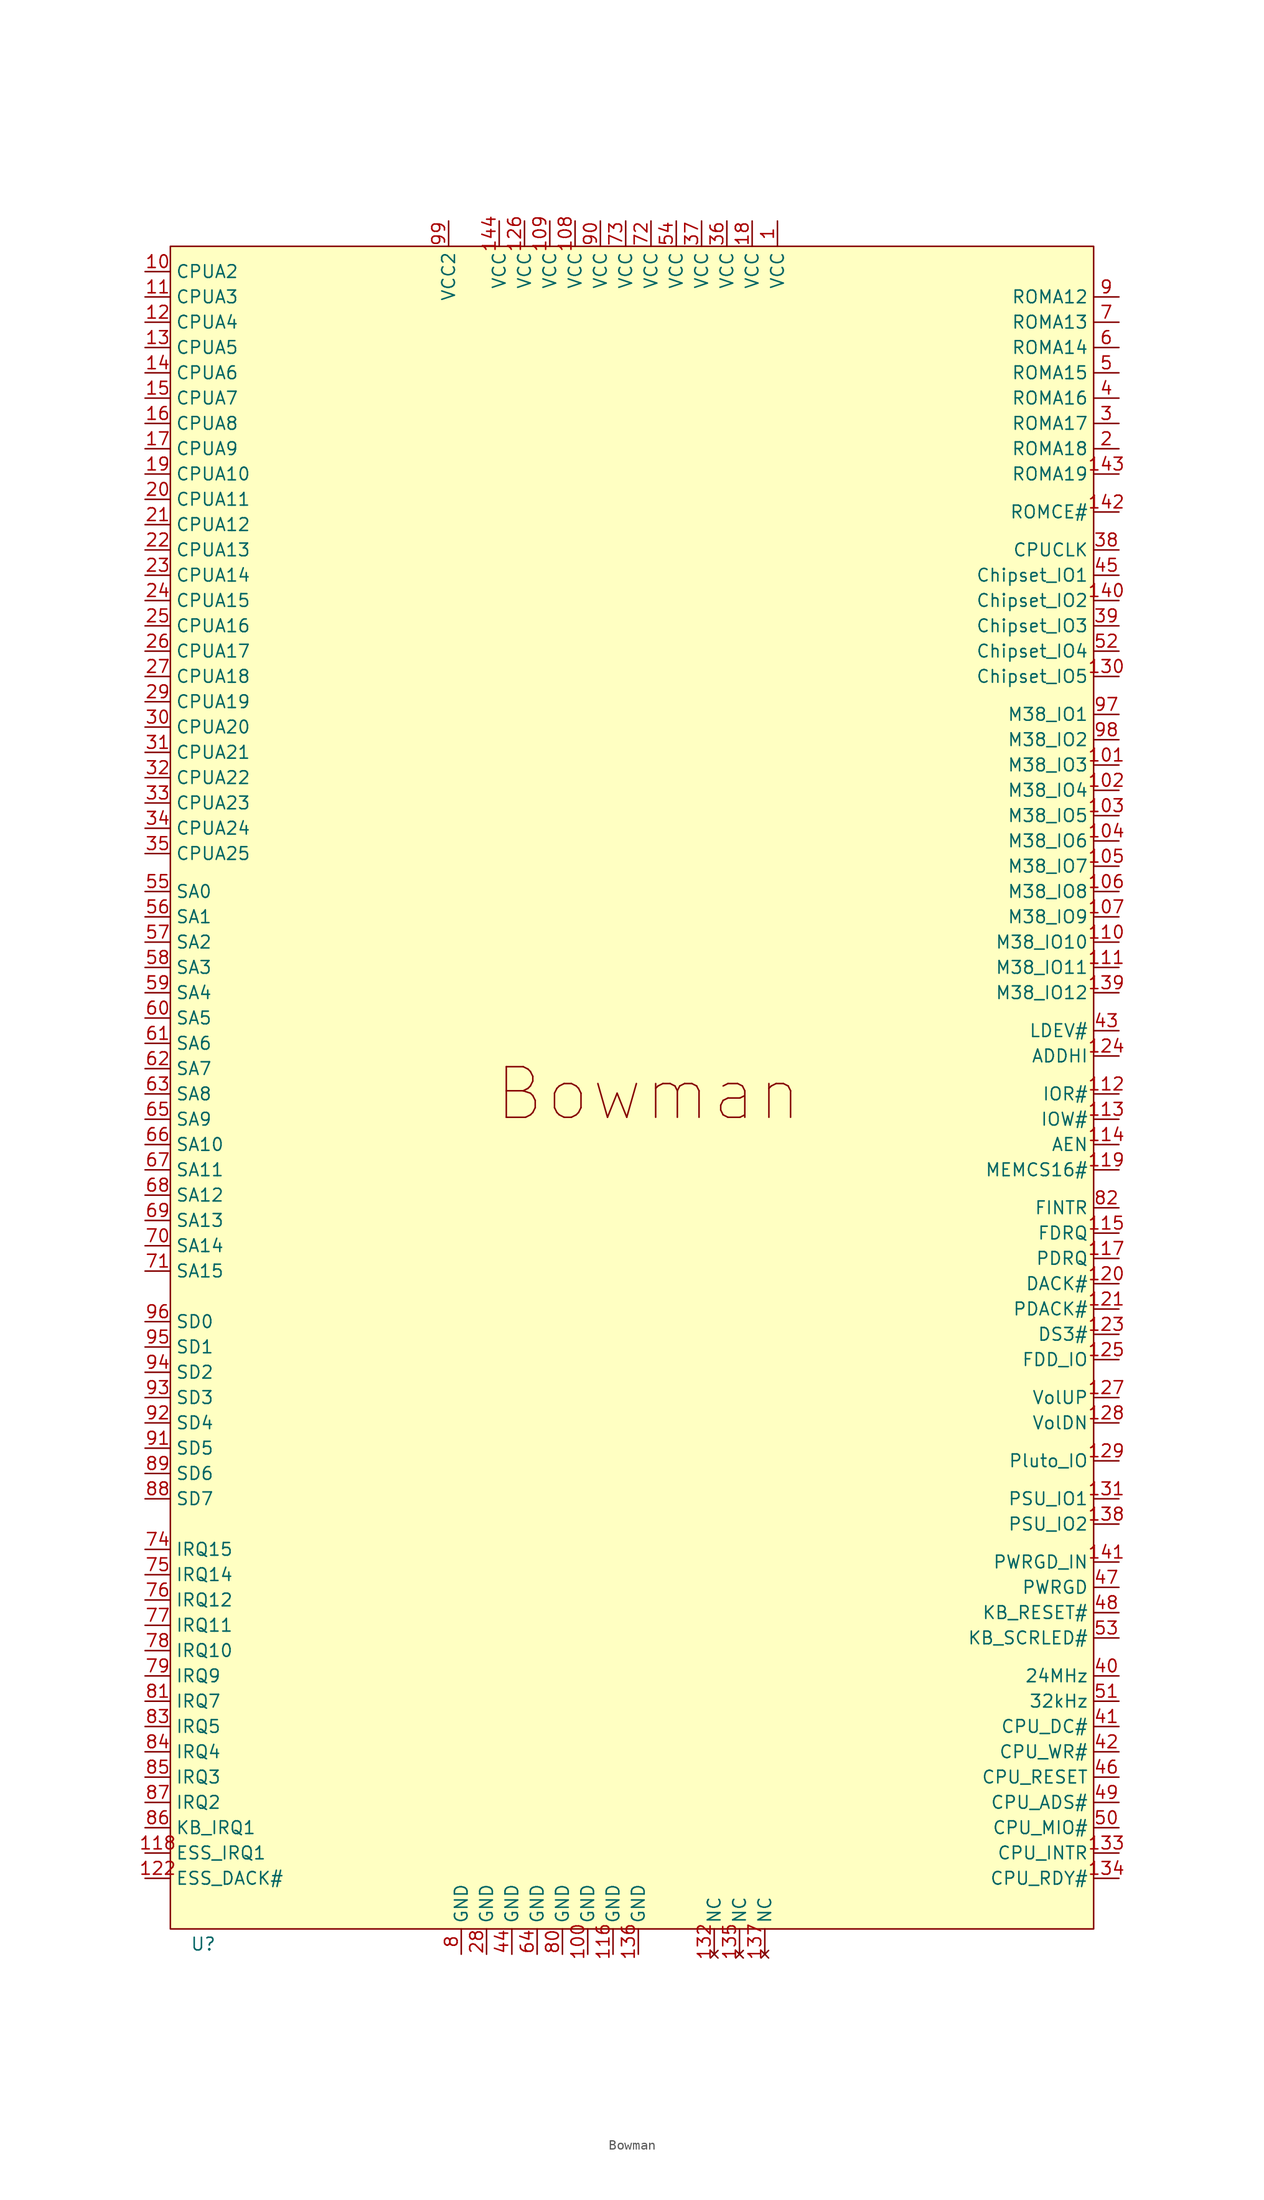
<source format=kicad_sym>
(kicad_symbol_lib
  (version 20241209)
  (generator "kicad_symbol_editor")
  (generator_version "9.0")
  (symbol "Bowman"
    (property "Reference" "U"
      (at -42.418 -84.074 0)
      (effects (font (size 1.27 1.27))))
    (property "Value" ""
      (at 0 0 0)
      (effects (font (size 1.27 1.27))))
    (symbol "Bowman_1_1"
      (rectangle (start -45.72 86.36) (end 46.99 -82.55) (stroke (width 0) (type solid)) (fill (type color) (color 255 255 194 1)))
      (text "Bowman" (at 2.286 1.27 0) (effects (font (size 5.08 5.08))))
      (pin input line (at -48.26 83.82 0) (length 2.54) (name "CPUA2" (effects (font (size 1.27 1.27)))) (number "10" (effects (font (size 1.27 1.27)))))
      (pin input line (at -48.26 81.28 0) (length 2.54) (name "CPUA3" (effects (font (size 1.27 1.27)))) (number "11" (effects (font (size 1.27 1.27)))))
      (pin input line (at -48.26 78.74 0) (length 2.54) (name "CPUA4" (effects (font (size 1.27 1.27)))) (number "12" (effects (font (size 1.27 1.27)))))
      (pin input line (at -48.26 76.2 0) (length 2.54) (name "CPUA5" (effects (font (size 1.27 1.27)))) (number "13" (effects (font (size 1.27 1.27)))))
      (pin input line (at -48.26 73.66 0) (length 2.54) (name "CPUA6" (effects (font (size 1.27 1.27)))) (number "14" (effects (font (size 1.27 1.27)))))
      (pin input line (at -48.26 71.12 0) (length 2.54) (name "CPUA7" (effects (font (size 1.27 1.27)))) (number "15" (effects (font (size 1.27 1.27)))))
      (pin input line (at -48.26 68.58 0) (length 2.54) (name "CPUA8" (effects (font (size 1.27 1.27)))) (number "16" (effects (font (size 1.27 1.27)))))
      (pin input line (at -48.26 66.04 0) (length 2.54) (name "CPUA9" (effects (font (size 1.27 1.27)))) (number "17" (effects (font (size 1.27 1.27)))))
      (pin input line (at -48.26 63.5 0) (length 2.54) (name "CPUA10" (effects (font (size 1.27 1.27)))) (number "19" (effects (font (size 1.27 1.27)))))
      (pin input line (at -48.26 60.96 0) (length 2.54) (name "CPUA11" (effects (font (size 1.27 1.27)))) (number "20" (effects (font (size 1.27 1.27)))))
      (pin input line (at -48.26 58.42 0) (length 2.54) (name "CPUA12" (effects (font (size 1.27 1.27)))) (number "21" (effects (font (size 1.27 1.27)))))
      (pin input line (at -48.26 55.88 0) (length 2.54) (name "CPUA13" (effects (font (size 1.27 1.27)))) (number "22" (effects (font (size 1.27 1.27)))))
      (pin input line (at -48.26 53.34 0) (length 2.54) (name "CPUA14" (effects (font (size 1.27 1.27)))) (number "23" (effects (font (size 1.27 1.27)))))
      (pin input line (at -48.26 50.8 0) (length 2.54) (name "CPUA15" (effects (font (size 1.27 1.27)))) (number "24" (effects (font (size 1.27 1.27)))))
      (pin input line (at -48.26 48.26 0) (length 2.54) (name "CPUA16" (effects (font (size 1.27 1.27)))) (number "25" (effects (font (size 1.27 1.27)))))
      (pin input line (at -48.26 45.72 0) (length 2.54) (name "CPUA17" (effects (font (size 1.27 1.27)))) (number "26" (effects (font (size 1.27 1.27)))))
      (pin input line (at -48.26 43.18 0) (length 2.54) (name "CPUA18" (effects (font (size 1.27 1.27)))) (number "27" (effects (font (size 1.27 1.27)))))
      (pin input line (at -48.26 40.64 0) (length 2.54) (name "CPUA19" (effects (font (size 1.27 1.27)))) (number "29" (effects (font (size 1.27 1.27)))))
      (pin input line (at -48.26 38.1 0) (length 2.54) (name "CPUA20" (effects (font (size 1.27 1.27)))) (number "30" (effects (font (size 1.27 1.27)))))
      (pin input line (at -48.26 35.56 0) (length 2.54) (name "CPUA21" (effects (font (size 1.27 1.27)))) (number "31" (effects (font (size 1.27 1.27)))))
      (pin input line (at -48.26 33.02 0) (length 2.54) (name "CPUA22" (effects (font (size 1.27 1.27)))) (number "32" (effects (font (size 1.27 1.27)))))
      (pin input line (at -48.26 30.48 0) (length 2.54) (name "CPUA23" (effects (font (size 1.27 1.27)))) (number "33" (effects (font (size 1.27 1.27)))))
      (pin input line (at -48.26 27.94 0) (length 2.54) (name "CPUA24" (effects (font (size 1.27 1.27)))) (number "34" (effects (font (size 1.27 1.27)))))
      (pin input line (at -48.26 25.4 0) (length 2.54) (name "CPUA25" (effects (font (size 1.27 1.27)))) (number "35" (effects (font (size 1.27 1.27)))))
      (pin bidirectional line (at -48.26 21.59 0) (length 2.54) (name "SA0" (effects (font (size 1.27 1.27)))) (number "55" (effects (font (size 1.27 1.27)))))
      (pin bidirectional line (at -48.26 19.05 0) (length 2.54) (name "SA1" (effects (font (size 1.27 1.27)))) (number "56" (effects (font (size 1.27 1.27)))))
      (pin bidirectional line (at -48.26 16.51 0) (length 2.54) (name "SA2" (effects (font (size 1.27 1.27)))) (number "57" (effects (font (size 1.27 1.27)))))
      (pin bidirectional line (at -48.26 13.97 0) (length 2.54) (name "SA3" (effects (font (size 1.27 1.27)))) (number "58" (effects (font (size 1.27 1.27)))))
      (pin bidirectional line (at -48.26 11.43 0) (length 2.54) (name "SA4" (effects (font (size 1.27 1.27)))) (number "59" (effects (font (size 1.27 1.27)))))
      (pin bidirectional line (at -48.26 8.89 0) (length 2.54) (name "SA5" (effects (font (size 1.27 1.27)))) (number "60" (effects (font (size 1.27 1.27)))))
      (pin bidirectional line (at -48.26 6.35 0) (length 2.54) (name "SA6" (effects (font (size 1.27 1.27)))) (number "61" (effects (font (size 1.27 1.27)))))
      (pin bidirectional line (at -48.26 3.81 0) (length 2.54) (name "SA7" (effects (font (size 1.27 1.27)))) (number "62" (effects (font (size 1.27 1.27)))))
      (pin bidirectional line (at -48.26 1.27 0) (length 2.54) (name "SA8" (effects (font (size 1.27 1.27)))) (number "63" (effects (font (size 1.27 1.27)))))
      (pin bidirectional line (at -48.26 -1.27 0) (length 2.54) (name "SA9" (effects (font (size 1.27 1.27)))) (number "65" (effects (font (size 1.27 1.27)))))
      (pin bidirectional line (at -48.26 -3.81 0) (length 2.54) (name "SA10" (effects (font (size 1.27 1.27)))) (number "66" (effects (font (size 1.27 1.27)))))
      (pin bidirectional line (at -48.26 -6.35 0) (length 2.54) (name "SA11" (effects (font (size 1.27 1.27)))) (number "67" (effects (font (size 1.27 1.27)))))
      (pin bidirectional line (at -48.26 -8.89 0) (length 2.54) (name "SA12" (effects (font (size 1.27 1.27)))) (number "68" (effects (font (size 1.27 1.27)))))
      (pin bidirectional line (at -48.26 -11.43 0) (length 2.54) (name "SA13" (effects (font (size 1.27 1.27)))) (number "69" (effects (font (size 1.27 1.27)))))
      (pin bidirectional line (at -48.26 -13.97 0) (length 2.54) (name "SA14" (effects (font (size 1.27 1.27)))) (number "70" (effects (font (size 1.27 1.27)))))
      (pin bidirectional line (at -48.26 -16.51 0) (length 2.54) (name "SA15" (effects (font (size 1.27 1.27)))) (number "71" (effects (font (size 1.27 1.27)))))
      (pin bidirectional line (at -48.26 -21.59 0) (length 2.54) (name "SD0" (effects (font (size 1.27 1.27)))) (number "96" (effects (font (size 1.27 1.27)))))
      (pin bidirectional line (at -48.26 -24.13 0) (length 2.54) (name "SD1" (effects (font (size 1.27 1.27)))) (number "95" (effects (font (size 1.27 1.27)))))
      (pin bidirectional line (at -48.26 -26.67 0) (length 2.54) (name "SD2" (effects (font (size 1.27 1.27)))) (number "94" (effects (font (size 1.27 1.27)))))
      (pin bidirectional line (at -48.26 -29.21 0) (length 2.54) (name "SD3" (effects (font (size 1.27 1.27)))) (number "93" (effects (font (size 1.27 1.27)))))
      (pin bidirectional line (at -48.26 -31.75 0) (length 2.54) (name "SD4" (effects (font (size 1.27 1.27)))) (number "92" (effects (font (size 1.27 1.27)))))
      (pin bidirectional line (at -48.26 -34.29 0) (length 2.54) (name "SD5" (effects (font (size 1.27 1.27)))) (number "91" (effects (font (size 1.27 1.27)))))
      (pin bidirectional line (at -48.26 -36.83 0) (length 2.54) (name "SD6" (effects (font (size 1.27 1.27)))) (number "89" (effects (font (size 1.27 1.27)))))
      (pin bidirectional line (at -48.26 -39.37 0) (length 2.54) (name "SD7" (effects (font (size 1.27 1.27)))) (number "88" (effects (font (size 1.27 1.27)))))
      (pin input line (at -48.26 -44.45 0) (length 2.54) (name "IRQ15" (effects (font (size 1.27 1.27)))) (number "74" (effects (font (size 1.27 1.27)))))
      (pin input line (at -48.26 -46.99 0) (length 2.54) (name "IRQ14" (effects (font (size 1.27 1.27)))) (number "75" (effects (font (size 1.27 1.27)))))
      (pin input line (at -48.26 -49.53 0) (length 2.54) (name "IRQ12" (effects (font (size 1.27 1.27)))) (number "76" (effects (font (size 1.27 1.27)))))
      (pin input line (at -48.26 -52.07 0) (length 2.54) (name "IRQ11" (effects (font (size 1.27 1.27)))) (number "77" (effects (font (size 1.27 1.27)))))
      (pin input line (at -48.26 -54.61 0) (length 2.54) (name "IRQ10" (effects (font (size 1.27 1.27)))) (number "78" (effects (font (size 1.27 1.27)))))
      (pin input line (at -48.26 -57.15 0) (length 2.54) (name "IRQ9" (effects (font (size 1.27 1.27)))) (number "79" (effects (font (size 1.27 1.27)))))
      (pin input line (at -48.26 -59.69 0) (length 2.54) (name "IRQ7" (effects (font (size 1.27 1.27)))) (number "81" (effects (font (size 1.27 1.27)))))
      (pin input line (at -48.26 -62.23 0) (length 2.54) (name "IRQ5" (effects (font (size 1.27 1.27)))) (number "83" (effects (font (size 1.27 1.27)))))
      (pin input line (at -48.26 -64.77 0) (length 2.54) (name "IRQ4" (effects (font (size 1.27 1.27)))) (number "84" (effects (font (size 1.27 1.27)))))
      (pin input line (at -48.26 -67.31 0) (length 2.54) (name "IRQ3" (effects (font (size 1.27 1.27)))) (number "85" (effects (font (size 1.27 1.27)))))
      (pin input line (at -48.26 -69.85 0) (length 2.54) (name "IRQ2" (effects (font (size 1.27 1.27)))) (number "87" (effects (font (size 1.27 1.27)))))
      (pin input line (at -48.26 -72.39 0) (length 2.54) (name "KB_IRQ1" (effects (font (size 1.27 1.27)))) (number "86" (effects (font (size 1.27 1.27)))))
      (pin input line (at -48.26 -74.93 0) (length 2.54) (name "ESS_IRQ1" (effects (font (size 1.27 1.27)))) (number "118" (effects (font (size 1.27 1.27)))))
      (pin output line (at -48.26 -77.47 0) (length 2.54) (name "ESS_DACK#" (effects (font (size 1.27 1.27)))) (number "122" (effects (font (size 1.27 1.27)))))
      (pin power_in line (at -17.78 88.9 270) (length 2.54) (name "VCC2" (effects (font (size 1.27 1.27)))) (number "99" (effects (font (size 1.27 1.27)))))
      (pin power_in line (at -16.51 -85.09 90) (length 2.54) (name "GND" (effects (font (size 1.27 1.27)))) (number "8" (effects (font (size 1.27 1.27)))))
      (pin power_in line (at -13.97 -85.09 90) (length 2.54) (name "GND" (effects (font (size 1.27 1.27)))) (number "28" (effects (font (size 1.27 1.27)))))
      (pin power_in line (at -12.7 88.9 270) (length 2.54) (name "VCC" (effects (font (size 1.27 1.27)))) (number "144" (effects (font (size 1.27 1.27)))))
      (pin power_in line (at -11.43 -85.09 90) (length 2.54) (name "GND" (effects (font (size 1.27 1.27)))) (number "44" (effects (font (size 1.27 1.27)))))
      (pin power_in line (at -10.16 88.9 270) (length 2.54) (name "VCC" (effects (font (size 1.27 1.27)))) (number "126" (effects (font (size 1.27 1.27)))))
      (pin power_in line (at -8.89 -85.09 90) (length 2.54) (name "GND" (effects (font (size 1.27 1.27)))) (number "64" (effects (font (size 1.27 1.27)))))
      (pin power_in line (at -7.62 88.9 270) (length 2.54) (name "VCC" (effects (font (size 1.27 1.27)))) (number "109" (effects (font (size 1.27 1.27)))))
      (pin power_in line (at -6.35 -85.09 90) (length 2.54) (name "GND" (effects (font (size 1.27 1.27)))) (number "80" (effects (font (size 1.27 1.27)))))
      (pin power_in line (at -5.08 88.9 270) (length 2.54) (name "VCC" (effects (font (size 1.27 1.27)))) (number "108" (effects (font (size 1.27 1.27)))))
      (pin power_in line (at -3.81 -85.09 90) (length 2.54) (name "GND" (effects (font (size 1.27 1.27)))) (number "100" (effects (font (size 1.27 1.27)))))
      (pin power_in line (at -2.54 88.9 270) (length 2.54) (name "VCC" (effects (font (size 1.27 1.27)))) (number "90" (effects (font (size 1.27 1.27)))))
      (pin power_in line (at -1.27 -85.09 90) (length 2.54) (name "GND" (effects (font (size 1.27 1.27)))) (number "116" (effects (font (size 1.27 1.27)))))
      (pin power_in line (at 0 88.9 270) (length 2.54) (name "VCC" (effects (font (size 1.27 1.27)))) (number "73" (effects (font (size 1.27 1.27)))))
      (pin power_in line (at 1.27 -85.09 90) (length 2.54) (name "GND" (effects (font (size 1.27 1.27)))) (number "136" (effects (font (size 1.27 1.27)))))
      (pin power_in line (at 2.54 88.9 270) (length 2.54) (name "VCC" (effects (font (size 1.27 1.27)))) (number "72" (effects (font (size 1.27 1.27)))))
      (pin power_in line (at 5.08 88.9 270) (length 2.54) (name "VCC" (effects (font (size 1.27 1.27)))) (number "54" (effects (font (size 1.27 1.27)))))
      (pin power_in line (at 7.62 88.9 270) (length 2.54) (name "VCC" (effects (font (size 1.27 1.27)))) (number "37" (effects (font (size 1.27 1.27)))))
      (pin no_connect line (at 8.89 -85.09 90) (length 2.54) (name "NC" (effects (font (size 1.27 1.27)))) (number "132" (effects (font (size 1.27 1.27)))))
      (pin power_in line (at 10.16 88.9 270) (length 2.54) (name "VCC" (effects (font (size 1.27 1.27)))) (number "36" (effects (font (size 1.27 1.27)))))
      (pin no_connect line (at 11.43 -85.09 90) (length 2.54) (name "NC" (effects (font (size 1.27 1.27)))) (number "135" (effects (font (size 1.27 1.27)))))
      (pin power_in line (at 12.7 88.9 270) (length 2.54) (name "VCC" (effects (font (size 1.27 1.27)))) (number "18" (effects (font (size 1.27 1.27)))))
      (pin no_connect line (at 13.97 -85.09 90) (length 2.54) (name "NC" (effects (font (size 1.27 1.27)))) (number "137" (effects (font (size 1.27 1.27)))))
      (pin power_in line (at 15.24 88.9 270) (length 2.54) (name "VCC" (effects (font (size 1.27 1.27)))) (number "1" (effects (font (size 1.27 1.27)))))
      (pin output line (at 49.53 81.28 180) (length 2.54) (name "ROMA12" (effects (font (size 1.27 1.27)))) (number "9" (effects (font (size 1.27 1.27)))))
      (pin output line (at 49.53 78.74 180) (length 2.54) (name "ROMA13" (effects (font (size 1.27 1.27)))) (number "7" (effects (font (size 1.27 1.27)))))
      (pin output line (at 49.53 76.2 180) (length 2.54) (name "ROMA14" (effects (font (size 1.27 1.27)))) (number "6" (effects (font (size 1.27 1.27)))))
      (pin output line (at 49.53 73.66 180) (length 2.54) (name "ROMA15" (effects (font (size 1.27 1.27)))) (number "5" (effects (font (size 1.27 1.27)))))
      (pin output line (at 49.53 71.12 180) (length 2.54) (name "ROMA16" (effects (font (size 1.27 1.27)))) (number "4" (effects (font (size 1.27 1.27)))))
      (pin output line (at 49.53 68.58 180) (length 2.54) (name "ROMA17" (effects (font (size 1.27 1.27)))) (number "3" (effects (font (size 1.27 1.27)))))
      (pin output line (at 49.53 66.04 180) (length 2.54) (name "ROMA18" (effects (font (size 1.27 1.27)))) (number "2" (effects (font (size 1.27 1.27)))))
      (pin output line (at 49.53 63.5 180) (length 2.54) (name "ROMA19" (effects (font (size 1.27 1.27)))) (number "143" (effects (font (size 1.27 1.27)))))
      (pin output line (at 49.53 59.69 180) (length 2.54) (name "ROMCE#" (effects (font (size 1.27 1.27)))) (number "142" (effects (font (size 1.27 1.27)))))
      (pin input line (at 49.53 55.88 180) (length 2.54) (name "CPUCLK" (effects (font (size 1.27 1.27)))) (number "38" (effects (font (size 1.27 1.27)))))
      (pin bidirectional line (at 49.53 53.34 180) (length 2.54) (name "Chipset_IO1" (effects (font (size 1.27 1.27)))) (number "45" (effects (font (size 1.27 1.27)))))
      (pin bidirectional line (at 49.53 50.8 180) (length 2.54) (name "Chipset_IO2" (effects (font (size 1.27 1.27)))) (number "140" (effects (font (size 1.27 1.27)))))
      (pin bidirectional line (at 49.53 48.26 180) (length 2.54) (name "Chipset_IO3" (effects (font (size 1.27 1.27)))) (number "39" (effects (font (size 1.27 1.27)))))
      (pin bidirectional line (at 49.53 45.72 180) (length 2.54) (name "Chipset_IO4" (effects (font (size 1.27 1.27)))) (number "52" (effects (font (size 1.27 1.27)))))
      (pin bidirectional line (at 49.53 43.18 180) (length 2.54) (name "Chipset_IO5" (effects (font (size 1.27 1.27)))) (number "130" (effects (font (size 1.27 1.27)))))
      (pin bidirectional line (at 49.53 39.37 180) (length 2.54) (name "M38_IO1" (effects (font (size 1.27 1.27)))) (number "97" (effects (font (size 1.27 1.27)))))
      (pin bidirectional line (at 49.53 36.83 180) (length 2.54) (name "M38_IO2" (effects (font (size 1.27 1.27)))) (number "98" (effects (font (size 1.27 1.27)))))
      (pin bidirectional line (at 49.53 34.29 180) (length 2.54) (name "M38_IO3" (effects (font (size 1.27 1.27)))) (number "101" (effects (font (size 1.27 1.27)))))
      (pin bidirectional line (at 49.53 31.75 180) (length 2.54) (name "M38_IO4" (effects (font (size 1.27 1.27)))) (number "102" (effects (font (size 1.27 1.27)))))
      (pin bidirectional line (at 49.53 29.21 180) (length 2.54) (name "M38_IO5" (effects (font (size 1.27 1.27)))) (number "103" (effects (font (size 1.27 1.27)))))
      (pin bidirectional line (at 49.53 26.67 180) (length 2.54) (name "M38_IO6" (effects (font (size 1.27 1.27)))) (number "104" (effects (font (size 1.27 1.27)))))
      (pin bidirectional line (at 49.53 24.13 180) (length 2.54) (name "M38_IO7" (effects (font (size 1.27 1.27)))) (number "105" (effects (font (size 1.27 1.27)))))
      (pin bidirectional line (at 49.53 21.59 180) (length 2.54) (name "M38_IO8" (effects (font (size 1.27 1.27)))) (number "106" (effects (font (size 1.27 1.27)))))
      (pin bidirectional line (at 49.53 19.05 180) (length 2.54) (name "M38_IO9" (effects (font (size 1.27 1.27)))) (number "107" (effects (font (size 1.27 1.27)))))
      (pin bidirectional line (at 49.53 16.51 180) (length 2.54) (name "M38_IO10" (effects (font (size 1.27 1.27)))) (number "110" (effects (font (size 1.27 1.27)))))
      (pin bidirectional line (at 49.53 13.97 180) (length 2.54) (name "M38_IO11" (effects (font (size 1.27 1.27)))) (number "111" (effects (font (size 1.27 1.27)))))
      (pin output line (at 49.53 11.43 180) (length 2.54) (name "M38_IO12" (effects (font (size 1.27 1.27)))) (number "139" (effects (font (size 1.27 1.27)))))
      (pin input line (at 49.53 7.62 180) (length 2.54) (name "LDEV#" (effects (font (size 1.27 1.27)))) (number "43" (effects (font (size 1.27 1.27)))))
      (pin output line (at 49.53 5.08 180) (length 2.54) (name "ADDHI" (effects (font (size 1.27 1.27)))) (number "124" (effects (font (size 1.27 1.27)))))
      (pin input line (at 49.53 1.27 180) (length 2.54) (name "IOR#" (effects (font (size 1.27 1.27)))) (number "112" (effects (font (size 1.27 1.27)))))
      (pin input line (at 49.53 -1.27 180) (length 2.54) (name "IOW#" (effects (font (size 1.27 1.27)))) (number "113" (effects (font (size 1.27 1.27)))))
      (pin input line (at 49.53 -3.81 180) (length 2.54) (name "AEN" (effects (font (size 1.27 1.27)))) (number "114" (effects (font (size 1.27 1.27)))))
      (pin input line (at 49.53 -6.35 180) (length 2.54) (name "MEMCS16#" (effects (font (size 1.27 1.27)))) (number "119" (effects (font (size 1.27 1.27)))))
      (pin input line (at 49.53 -10.16 180) (length 2.54) (name "FINTR" (effects (font (size 1.27 1.27)))) (number "82" (effects (font (size 1.27 1.27)))))
      (pin input line (at 49.53 -12.7 180) (length 2.54) (name "FDRQ" (effects (font (size 1.27 1.27)))) (number "115" (effects (font (size 1.27 1.27)))))
      (pin input line (at 49.53 -15.24 180) (length 2.54) (name "PDRQ" (effects (font (size 1.27 1.27)))) (number "117" (effects (font (size 1.27 1.27)))))
      (pin output line (at 49.53 -17.78 180) (length 2.54) (name "DACK#" (effects (font (size 1.27 1.27)))) (number "120" (effects (font (size 1.27 1.27)))))
      (pin input line (at 49.53 -20.32 180) (length 2.54) (name "PDACK#" (effects (font (size 1.27 1.27)))) (number "121" (effects (font (size 1.27 1.27)))))
      (pin output line (at 49.53 -22.86 180) (length 2.54) (name "DS3#" (effects (font (size 1.27 1.27)))) (number "123" (effects (font (size 1.27 1.27)))))
      (pin input line (at 49.53 -25.4 180) (length 2.54) (name "FDD_IO" (effects (font (size 1.27 1.27)))) (number "125" (effects (font (size 1.27 1.27)))))
      (pin output line (at 49.53 -29.21 180) (length 2.54) (name "VolUP" (effects (font (size 1.27 1.27)))) (number "127" (effects (font (size 1.27 1.27)))))
      (pin output line (at 49.53 -31.75 180) (length 2.54) (name "VolDN" (effects (font (size 1.27 1.27)))) (number "128" (effects (font (size 1.27 1.27)))))
      (pin bidirectional line (at 49.53 -35.56 180) (length 2.54) (name "Pluto_IO" (effects (font (size 1.27 1.27)))) (number "129" (effects (font (size 1.27 1.27)))))
      (pin bidirectional line (at 49.53 -39.37 180) (length 2.54) (name "PSU_IO1" (effects (font (size 1.27 1.27)))) (number "131" (effects (font (size 1.27 1.27)))))
      (pin bidirectional line (at 49.53 -41.91 180) (length 2.54) (name "PSU_IO2" (effects (font (size 1.27 1.27)))) (number "138" (effects (font (size 1.27 1.27)))))
      (pin input line (at 49.53 -45.72 180) (length 2.54) (name "PWRGD_IN" (effects (font (size 1.27 1.27)))) (number "141" (effects (font (size 1.27 1.27)))))
      (pin input line (at 49.53 -48.26 180) (length 2.54) (name "PWRGD" (effects (font (size 1.27 1.27)))) (number "47" (effects (font (size 1.27 1.27)))))
      (pin output line (at 49.53 -50.8 180) (length 2.54) (name "KB_RESET#" (effects (font (size 1.27 1.27)))) (number "48" (effects (font (size 1.27 1.27)))))
      (pin output line (at 49.53 -53.34 180) (length 2.54) (name "KB_SCRLED#" (effects (font (size 1.27 1.27)))) (number "53" (effects (font (size 1.27 1.27)))))
      (pin input line (at 49.53 -57.15 180) (length 2.54) (name "24MHz" (effects (font (size 1.27 1.27)))) (number "40" (effects (font (size 1.27 1.27)))))
      (pin input line (at 49.53 -59.69 180) (length 2.54) (name "32kHz" (effects (font (size 1.27 1.27)))) (number "51" (effects (font (size 1.27 1.27)))))
      (pin input line (at 49.53 -62.23 180) (length 2.54) (name "CPU_DC#" (effects (font (size 1.27 1.27)))) (number "41" (effects (font (size 1.27 1.27)))))
      (pin input line (at 49.53 -64.77 180) (length 2.54) (name "CPU_WR#" (effects (font (size 1.27 1.27)))) (number "42" (effects (font (size 1.27 1.27)))))
      (pin input line (at 49.53 -67.31 180) (length 2.54) (name "CPU_RESET" (effects (font (size 1.27 1.27)))) (number "46" (effects (font (size 1.27 1.27)))))
      (pin input line (at 49.53 -69.85 180) (length 2.54) (name "CPU_ADS#" (effects (font (size 1.27 1.27)))) (number "49" (effects (font (size 1.27 1.27)))))
      (pin input line (at 49.53 -72.39 180) (length 2.54) (name "CPU_MIO#" (effects (font (size 1.27 1.27)))) (number "50" (effects (font (size 1.27 1.27)))))
      (pin input line (at 49.53 -74.93 180) (length 2.54) (name "CPU_INTR" (effects (font (size 1.27 1.27)))) (number "133" (effects (font (size 1.27 1.27)))))
      (pin input line (at 49.53 -77.47 180) (length 2.54) (name "CPU_RDY#" (effects (font (size 1.27 1.27)))) (number "134" (effects (font (size 1.27 1.27))))))))
</source>
